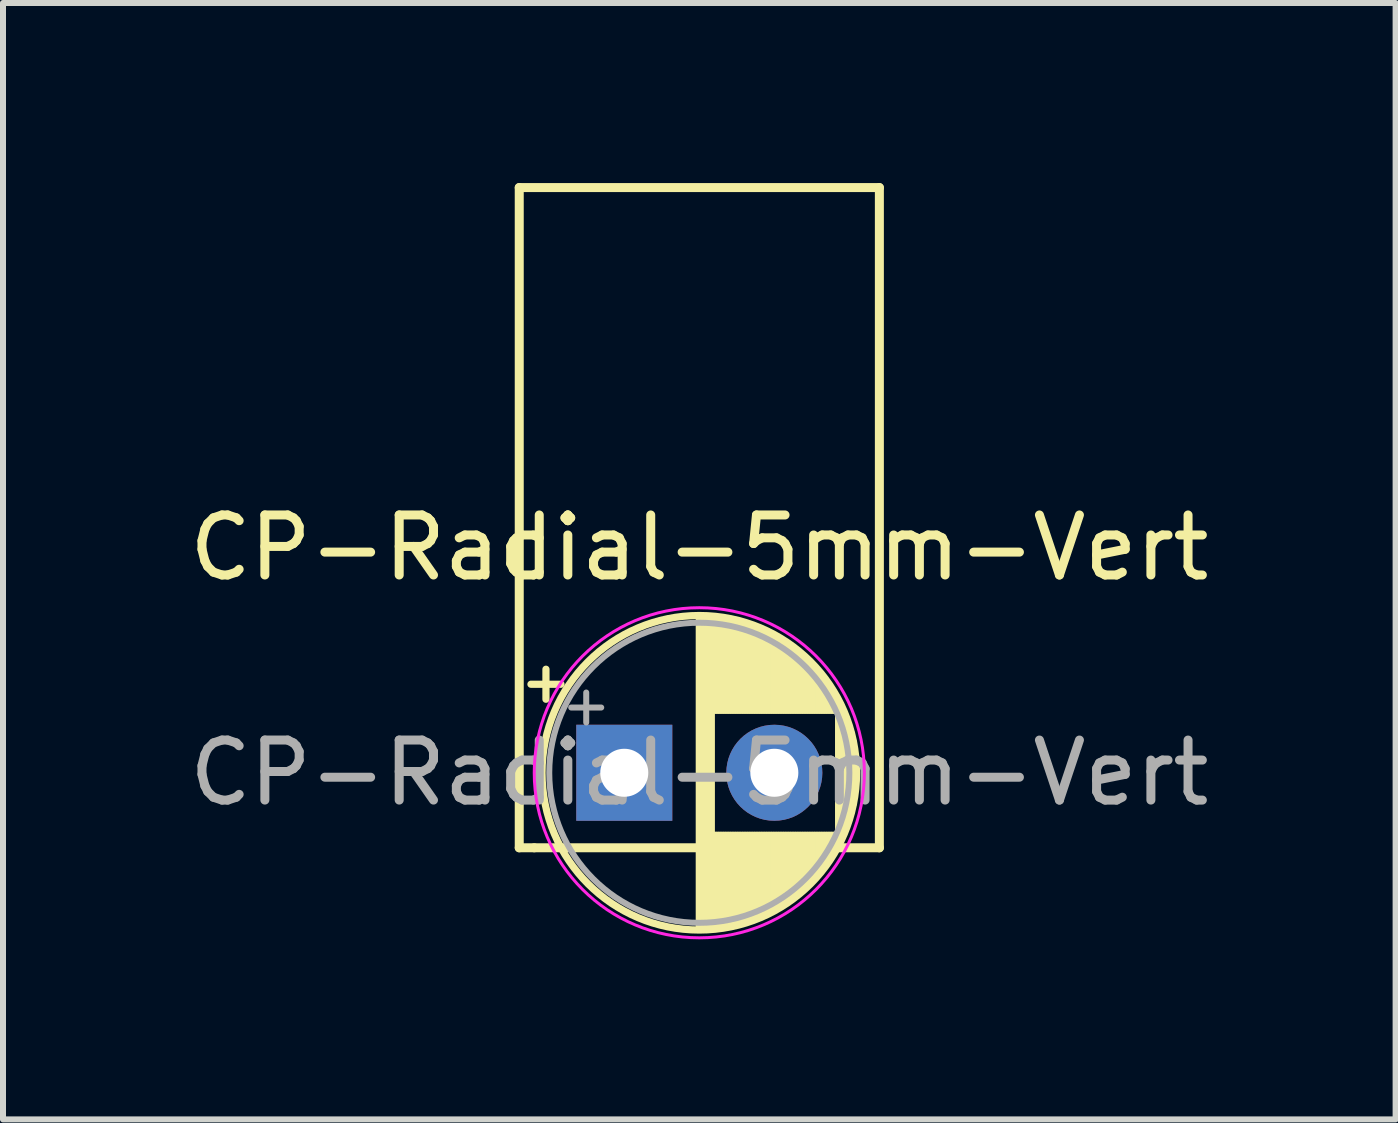
<source format=kicad_pcb>
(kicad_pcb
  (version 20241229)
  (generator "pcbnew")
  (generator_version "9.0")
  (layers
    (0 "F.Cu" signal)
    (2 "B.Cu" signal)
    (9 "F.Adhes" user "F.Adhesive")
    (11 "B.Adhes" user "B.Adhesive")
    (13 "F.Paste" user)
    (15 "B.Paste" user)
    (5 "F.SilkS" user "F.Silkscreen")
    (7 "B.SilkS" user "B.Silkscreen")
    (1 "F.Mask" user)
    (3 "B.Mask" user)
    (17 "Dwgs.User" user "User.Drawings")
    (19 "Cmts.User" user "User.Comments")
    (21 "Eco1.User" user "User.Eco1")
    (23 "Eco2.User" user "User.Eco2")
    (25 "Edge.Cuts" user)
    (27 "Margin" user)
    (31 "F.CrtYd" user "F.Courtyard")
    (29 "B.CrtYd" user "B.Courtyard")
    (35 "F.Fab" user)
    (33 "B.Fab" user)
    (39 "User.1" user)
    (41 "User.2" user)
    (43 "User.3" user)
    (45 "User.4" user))
  (footprint "CP-Radial-5mm-Vert"
    (layer "F.Cu")
    (at 7.351 9.825)
    (property "Reference" "CP-Radial-5mm-Vert" (at 1.25 -3.75 0) (layer "F.SilkS") (effects (font (size 1 1) (thickness 0.15))))
    (attr through_hole)
    (fp_line (start -1.75 -9.75) (end -1.75 1.25) (stroke (width 0.15) (type solid)) (layer "F.SilkS"))
    (fp_line (start -1.75 1.25) (end -1.5 1.25) (stroke (width 0.15) (type solid)) (layer "F.SilkS"))
    (fp_line (start -1.555 -1.475) (end -1.055 -1.475) (stroke (width 0.12) (type solid)) (layer "F.SilkS"))
    (fp_line (start -1.5 1.25) (end 4.25 1.25) (stroke (width 0.15) (type solid)) (layer "F.SilkS"))
    (fp_line (start -1.305 -1.725) (end -1.305 -1.225) (stroke (width 0.12) (type solid)) (layer "F.SilkS"))
    (fp_line (start 1.25 -2.58) (end 1.25 2.58) (stroke (width 0.12) (type solid)) (layer "F.SilkS"))
    (fp_line (start 1.29 -2.58) (end 1.29 2.58) (stroke (width 0.12) (type solid)) (layer "F.SilkS"))
    (fp_line (start 1.33 -2.579) (end 1.33 2.579) (stroke (width 0.12) (type solid)) (layer "F.SilkS"))
    (fp_line (start 1.37 -2.578) (end 1.37 2.578) (stroke (width 0.12) (type solid)) (layer "F.SilkS"))
    (fp_line (start 1.41 -2.576) (end 1.41 2.576) (stroke (width 0.12) (type solid)) (layer "F.SilkS"))
    (fp_line (start 1.45 -2.573) (end 1.45 2.573) (stroke (width 0.12) (type solid)) (layer "F.SilkS"))
    (fp_line (start 1.49 -2.569) (end 1.49 -1.04) (stroke (width 0.12) (type solid)) (layer "F.SilkS"))
    (fp_line (start 1.49 1.04) (end 1.49 2.569) (stroke (width 0.12) (type solid)) (layer "F.SilkS"))
    (fp_line (start 1.53 -2.565) (end 1.53 -1.04) (stroke (width 0.12) (type solid)) (layer "F.SilkS"))
    (fp_line (start 1.53 1.04) (end 1.53 2.565) (stroke (width 0.12) (type solid)) (layer "F.SilkS"))
    (fp_line (start 1.57 -2.561) (end 1.57 -1.04) (stroke (width 0.12) (type solid)) (layer "F.SilkS"))
    (fp_line (start 1.57 1.04) (end 1.57 2.561) (stroke (width 0.12) (type solid)) (layer "F.SilkS"))
    (fp_line (start 1.61 -2.556) (end 1.61 -1.04) (stroke (width 0.12) (type solid)) (layer "F.SilkS"))
    (fp_line (start 1.61 1.04) (end 1.61 2.556) (stroke (width 0.12) (type solid)) (layer "F.SilkS"))
    (fp_line (start 1.65 -2.55) (end 1.65 -1.04) (stroke (width 0.12) (type solid)) (layer "F.SilkS"))
    (fp_line (start 1.65 1.04) (end 1.65 2.55) (stroke (width 0.12) (type solid)) (layer "F.SilkS"))
    (fp_line (start 1.69 -2.543) (end 1.69 -1.04) (stroke (width 0.12) (type solid)) (layer "F.SilkS"))
    (fp_line (start 1.69 1.04) (end 1.69 2.543) (stroke (width 0.12) (type solid)) (layer "F.SilkS"))
    (fp_line (start 1.73 -2.536) (end 1.73 -1.04) (stroke (width 0.12) (type solid)) (layer "F.SilkS"))
    (fp_line (start 1.73 1.04) (end 1.73 2.536) (stroke (width 0.12) (type solid)) (layer "F.SilkS"))
    (fp_line (start 1.77 -2.528) (end 1.77 -1.04) (stroke (width 0.12) (type solid)) (layer "F.SilkS"))
    (fp_line (start 1.77 1.04) (end 1.77 2.528) (stroke (width 0.12) (type solid)) (layer "F.SilkS"))
    (fp_line (start 1.81 -2.52) (end 1.81 -1.04) (stroke (width 0.12) (type solid)) (layer "F.SilkS"))
    (fp_line (start 1.81 1.04) (end 1.81 2.52) (stroke (width 0.12) (type solid)) (layer "F.SilkS"))
    (fp_line (start 1.85 -2.511) (end 1.85 -1.04) (stroke (width 0.12) (type solid)) (layer "F.SilkS"))
    (fp_line (start 1.85 1.04) (end 1.85 2.511) (stroke (width 0.12) (type solid)) (layer "F.SilkS"))
    (fp_line (start 1.89 -2.501) (end 1.89 -1.04) (stroke (width 0.12) (type solid)) (layer "F.SilkS"))
    (fp_line (start 1.89 1.04) (end 1.89 2.501) (stroke (width 0.12) (type solid)) (layer "F.SilkS"))
    (fp_line (start 1.93 -2.491) (end 1.93 -1.04) (stroke (width 0.12) (type solid)) (layer "F.SilkS"))
    (fp_line (start 1.93 1.04) (end 1.93 2.491) (stroke (width 0.12) (type solid)) (layer "F.SilkS"))
    (fp_line (start 1.971 -2.48) (end 1.971 -1.04) (stroke (width 0.12) (type solid)) (layer "F.SilkS"))
    (fp_line (start 1.971 1.04) (end 1.971 2.48) (stroke (width 0.12) (type solid)) (layer "F.SilkS"))
    (fp_line (start 2.011 -2.468) (end 2.011 -1.04) (stroke (width 0.12) (type solid)) (layer "F.SilkS"))
    (fp_line (start 2.011 1.04) (end 2.011 2.468) (stroke (width 0.12) (type solid)) (layer "F.SilkS"))
    (fp_line (start 2.051 -2.455) (end 2.051 -1.04) (stroke (width 0.12) (type solid)) (layer "F.SilkS"))
    (fp_line (start 2.051 1.04) (end 2.051 2.455) (stroke (width 0.12) (type solid)) (layer "F.SilkS"))
    (fp_line (start 2.091 -2.442) (end 2.091 -1.04) (stroke (width 0.12) (type solid)) (layer "F.SilkS"))
    (fp_line (start 2.091 1.04) (end 2.091 2.442) (stroke (width 0.12) (type solid)) (layer "F.SilkS"))
    (fp_line (start 2.131 -2.428) (end 2.131 -1.04) (stroke (width 0.12) (type solid)) (layer "F.SilkS"))
    (fp_line (start 2.131 1.04) (end 2.131 2.428) (stroke (width 0.12) (type solid)) (layer "F.SilkS"))
    (fp_line (start 2.171 -2.414) (end 2.171 -1.04) (stroke (width 0.12) (type solid)) (layer "F.SilkS"))
    (fp_line (start 2.171 1.04) (end 2.171 2.414) (stroke (width 0.12) (type solid)) (layer "F.SilkS"))
    (fp_line (start 2.211 -2.398) (end 2.211 -1.04) (stroke (width 0.12) (type solid)) (layer "F.SilkS"))
    (fp_line (start 2.211 1.04) (end 2.211 2.398) (stroke (width 0.12) (type solid)) (layer "F.SilkS"))
    (fp_line (start 2.251 -2.382) (end 2.251 -1.04) (stroke (width 0.12) (type solid)) (layer "F.SilkS"))
    (fp_line (start 2.251 1.04) (end 2.251 2.382) (stroke (width 0.12) (type solid)) (layer "F.SilkS"))
    (fp_line (start 2.291 -2.365) (end 2.291 -1.04) (stroke (width 0.12) (type solid)) (layer "F.SilkS"))
    (fp_line (start 2.291 1.04) (end 2.291 2.365) (stroke (width 0.12) (type solid)) (layer "F.SilkS"))
    (fp_line (start 2.331 -2.348) (end 2.331 -1.04) (stroke (width 0.12) (type solid)) (layer "F.SilkS"))
    (fp_line (start 2.331 1.04) (end 2.331 2.348) (stroke (width 0.12) (type solid)) (layer "F.SilkS"))
    (fp_line (start 2.371 -2.329) (end 2.371 -1.04) (stroke (width 0.12) (type solid)) (layer "F.SilkS"))
    (fp_line (start 2.371 1.04) (end 2.371 2.329) (stroke (width 0.12) (type solid)) (layer "F.SilkS"))
    (fp_line (start 2.411 -2.31) (end 2.411 -1.04) (stroke (width 0.12) (type solid)) (layer "F.SilkS"))
    (fp_line (start 2.411 1.04) (end 2.411 2.31) (stroke (width 0.12) (type solid)) (layer "F.SilkS"))
    (fp_line (start 2.451 -2.29) (end 2.451 -1.04) (stroke (width 0.12) (type solid)) (layer "F.SilkS"))
    (fp_line (start 2.451 1.04) (end 2.451 2.29) (stroke (width 0.12) (type solid)) (layer "F.SilkS"))
    (fp_line (start 2.491 -2.268) (end 2.491 -1.04) (stroke (width 0.12) (type solid)) (layer "F.SilkS"))
    (fp_line (start 2.491 1.04) (end 2.491 2.268) (stroke (width 0.12) (type solid)) (layer "F.SilkS"))
    (fp_line (start 2.531 -2.247) (end 2.531 -1.04) (stroke (width 0.12) (type solid)) (layer "F.SilkS"))
    (fp_line (start 2.531 1.04) (end 2.531 2.247) (stroke (width 0.12) (type solid)) (layer "F.SilkS"))
    (fp_line (start 2.571 -2.224) (end 2.571 -1.04) (stroke (width 0.12) (type solid)) (layer "F.SilkS"))
    (fp_line (start 2.571 1.04) (end 2.571 2.224) (stroke (width 0.12) (type solid)) (layer "F.SilkS"))
    (fp_line (start 2.611 -2.2) (end 2.611 -1.04) (stroke (width 0.12) (type solid)) (layer "F.SilkS"))
    (fp_line (start 2.611 1.04) (end 2.611 2.2) (stroke (width 0.12) (type solid)) (layer "F.SilkS"))
    (fp_line (start 2.651 -2.175) (end 2.651 -1.04) (stroke (width 0.12) (type solid)) (layer "F.SilkS"))
    (fp_line (start 2.651 1.04) (end 2.651 2.175) (stroke (width 0.12) (type solid)) (layer "F.SilkS"))
    (fp_line (start 2.691 -2.149) (end 2.691 -1.04) (stroke (width 0.12) (type solid)) (layer "F.SilkS"))
    (fp_line (start 2.691 1.04) (end 2.691 2.149) (stroke (width 0.12) (type solid)) (layer "F.SilkS"))
    (fp_line (start 2.731 -2.122) (end 2.731 -1.04) (stroke (width 0.12) (type solid)) (layer "F.SilkS"))
    (fp_line (start 2.731 1.04) (end 2.731 2.122) (stroke (width 0.12) (type solid)) (layer "F.SilkS"))
    (fp_line (start 2.771 -2.095) (end 2.771 -1.04) (stroke (width 0.12) (type solid)) (layer "F.SilkS"))
    (fp_line (start 2.771 1.04) (end 2.771 2.095) (stroke (width 0.12) (type solid)) (layer "F.SilkS"))
    (fp_line (start 2.811 -2.065) (end 2.811 -1.04) (stroke (width 0.12) (type solid)) (layer "F.SilkS"))
    (fp_line (start 2.811 1.04) (end 2.811 2.065) (stroke (width 0.12) (type solid)) (layer "F.SilkS"))
    (fp_line (start 2.851 -2.035) (end 2.851 -1.04) (stroke (width 0.12) (type solid)) (layer "F.SilkS"))
    (fp_line (start 2.851 1.04) (end 2.851 2.035) (stroke (width 0.12) (type solid)) (layer "F.SilkS"))
    (fp_line (start 2.891 -2.004) (end 2.891 -1.04) (stroke (width 0.12) (type solid)) (layer "F.SilkS"))
    (fp_line (start 2.891 1.04) (end 2.891 2.004) (stroke (width 0.12) (type solid)) (layer "F.SilkS"))
    (fp_line (start 2.931 -1.971) (end 2.931 -1.04) (stroke (width 0.12) (type solid)) (layer "F.SilkS"))
    (fp_line (start 2.931 1.04) (end 2.931 1.971) (stroke (width 0.12) (type solid)) (layer "F.SilkS"))
    (fp_line (start 2.971 -1.937) (end 2.971 -1.04) (stroke (width 0.12) (type solid)) (layer "F.SilkS"))
    (fp_line (start 2.971 1.04) (end 2.971 1.937) (stroke (width 0.12) (type solid)) (layer "F.SilkS"))
    (fp_line (start 3.011 -1.901) (end 3.011 -1.04) (stroke (width 0.12) (type solid)) (layer "F.SilkS"))
    (fp_line (start 3.011 1.04) (end 3.011 1.901) (stroke (width 0.12) (type solid)) (layer "F.SilkS"))
    (fp_line (start 3.051 -1.864) (end 3.051 -1.04) (stroke (width 0.12) (type solid)) (layer "F.SilkS"))
    (fp_line (start 3.051 1.04) (end 3.051 1.864) (stroke (width 0.12) (type solid)) (layer "F.SilkS"))
    (fp_line (start 3.091 -1.826) (end 3.091 -1.04) (stroke (width 0.12) (type solid)) (layer "F.SilkS"))
    (fp_line (start 3.091 1.04) (end 3.091 1.826) (stroke (width 0.12) (type solid)) (layer "F.SilkS"))
    (fp_line (start 3.131 -1.785) (end 3.131 -1.04) (stroke (width 0.12) (type solid)) (layer "F.SilkS"))
    (fp_line (start 3.131 1.04) (end 3.131 1.785) (stroke (width 0.12) (type solid)) (layer "F.SilkS"))
    (fp_line (start 3.171 -1.743) (end 3.171 -1.04) (stroke (width 0.12) (type solid)) (layer "F.SilkS"))
    (fp_line (start 3.171 1.04) (end 3.171 1.743) (stroke (width 0.12) (type solid)) (layer "F.SilkS"))
    (fp_line (start 3.211 -1.699) (end 3.211 -1.04) (stroke (width 0.12) (type solid)) (layer "F.SilkS"))
    (fp_line (start 3.211 1.04) (end 3.211 1.699) (stroke (width 0.12) (type solid)) (layer "F.SilkS"))
    (fp_line (start 3.251 -1.653) (end 3.251 -1.04) (stroke (width 0.12) (type solid)) (layer "F.SilkS"))
    (fp_line (start 3.251 1.04) (end 3.251 1.653) (stroke (width 0.12) (type solid)) (layer "F.SilkS"))
    (fp_line (start 3.291 -1.605) (end 3.291 -1.04) (stroke (width 0.12) (type solid)) (layer "F.SilkS"))
    (fp_line (start 3.291 1.04) (end 3.291 1.605) (stroke (width 0.12) (type solid)) (layer "F.SilkS"))
    (fp_line (start 3.331 -1.554) (end 3.331 -1.04) (stroke (width 0.12) (type solid)) (layer "F.SilkS"))
    (fp_line (start 3.331 1.04) (end 3.331 1.554) (stroke (width 0.12) (type solid)) (layer "F.SilkS"))
    (fp_line (start 3.371 -1.5) (end 3.371 -1.04) (stroke (width 0.12) (type solid)) (layer "F.SilkS"))
    (fp_line (start 3.371 1.04) (end 3.371 1.5) (stroke (width 0.12) (type solid)) (layer "F.SilkS"))
    (fp_line (start 3.411 -1.443) (end 3.411 -1.04) (stroke (width 0.12) (type solid)) (layer "F.SilkS"))
    (fp_line (start 3.411 1.04) (end 3.411 1.443) (stroke (width 0.12) (type solid)) (layer "F.SilkS"))
    (fp_line (start 3.451 -1.383) (end 3.451 -1.04) (stroke (width 0.12) (type solid)) (layer "F.SilkS"))
    (fp_line (start 3.451 1.04) (end 3.451 1.383) (stroke (width 0.12) (type solid)) (layer "F.SilkS"))
    (fp_line (start 3.491 -1.319) (end 3.491 -1.04) (stroke (width 0.12) (type solid)) (layer "F.SilkS"))
    (fp_line (start 3.491 1.04) (end 3.491 1.319) (stroke (width 0.12) (type solid)) (layer "F.SilkS"))
    (fp_line (start 3.531 -1.251) (end 3.531 -1.04) (stroke (width 0.12) (type solid)) (layer "F.SilkS"))
    (fp_line (start 3.531 1.04) (end 3.531 1.251) (stroke (width 0.12) (type solid)) (layer "F.SilkS"))
    (fp_line (start 3.571 -1.178) (end 3.571 1.178) (stroke (width 0.12) (type solid)) (layer "F.SilkS"))
    (fp_line (start 3.611 -1.098) (end 3.611 1.098) (stroke (width 0.12) (type solid)) (layer "F.SilkS"))
    (fp_line (start 3.651 -1.011) (end 3.651 1.011) (stroke (width 0.12) (type solid)) (layer "F.SilkS"))
    (fp_line (start 3.691 -0.915) (end 3.691 0.915) (stroke (width 0.12) (type solid)) (layer "F.SilkS"))
    (fp_line (start 3.731 -0.805) (end 3.731 0.805) (stroke (width 0.12) (type solid)) (layer "F.SilkS"))
    (fp_line (start 3.771 -0.677) (end 3.771 0.677) (stroke (width 0.12) (type solid)) (layer "F.SilkS"))
    (fp_line (start 3.811 -0.518) (end 3.811 0.518) (stroke (width 0.12) (type solid)) (layer "F.SilkS"))
    (fp_line (start 3.851 -0.284) (end 3.851 0.284) (stroke (width 0.12) (type solid)) (layer "F.SilkS"))
    (fp_line (start 4.25 -9.75) (end -1.75 -9.75) (stroke (width 0.15) (type solid)) (layer "F.SilkS"))
    (fp_line (start 4.25 1.25) (end 4.25 -9.75) (stroke (width 0.15) (type solid)) (layer "F.SilkS"))
    (fp_circle (center 1.25 0) (end 3.87 0) (stroke (width 0.12) (type solid)) (fill no) (layer "F.SilkS"))
    (fp_circle (center 1.25 0) (end 4 0) (stroke (width 0.05) (type solid)) (fill no) (layer "F.CrtYd"))
    (fp_line (start -0.884 -1.087) (end -0.384 -1.087) (stroke (width 0.1) (type solid)) (layer "F.Fab"))
    (fp_line (start -0.634 -1.337) (end -0.634 -0.838) (stroke (width 0.1) (type solid)) (layer "F.Fab"))
    (fp_circle (center 1.25 0) (end 3.75 0) (stroke (width 0.1) (type solid)) (fill no) (layer "F.Fab"))
    (fp_text user "${REFERENCE}" (at 1.25 0 0) (layer "F.Fab") (effects (font (size 1 1) (thickness 0.15))))
    (pad "1" thru_hole rect (at 0 0) (size 1.6 1.6) (drill 0.8) (layers "*.Cu" "*.Mask"))
    (pad "2" thru_hole circle (at 2.5 0) (size 1.6 1.6) (drill 0.8) (layers "*.Cu" "*.Mask")))
  (gr_rect
    (start -3 -3)
    (end 20.202 15.6)
    (stroke (width 0.1) (type default))
    (fill no)
    (layer "Edge.Cuts")))
</source>
